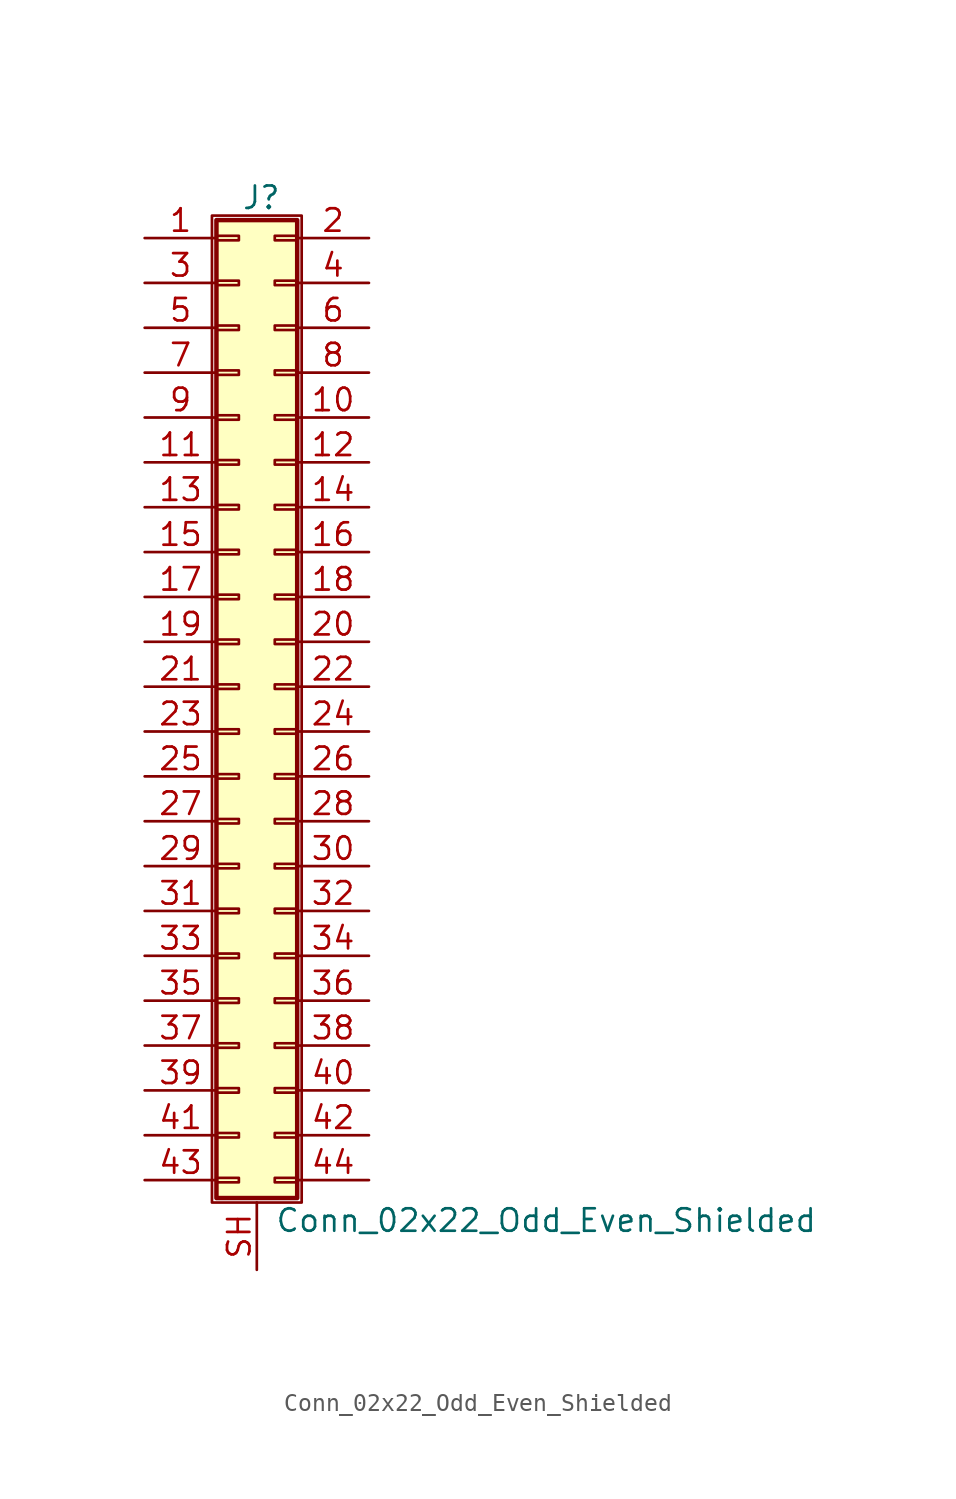
<source format=kicad_sym>
(kicad_symbol_lib
  (version 20201005)
  (generator kicad_symbol_editor)
  (symbol "Conn_02x22_Odd_Even_Shielded"
    (pin_names
      (offset 1.016) hide)
    (property "Reference" "J"
      (at 1.524 27.686 0)
      (effects (font (size 1.27 1.27))))
    (property "Value" "Conn_02x22_Odd_Even_Shielded"
      (at 2.286 -30.226 0)
      (effects (font (size 1.27 1.27)) (justify left)))
    (symbol "Conn_02x22_Odd_Even_Shielded_1_1"
      (rectangle (start -1.27 26.67) (end 3.81 -29.21) (stroke (width 0.152)) (fill (type none)))
      (rectangle (start -1.016 -27.813) (end 0.254 -28.067) (stroke (width 0.152)) (fill (type none)))
      (rectangle (start -1.016 -25.273) (end 0.254 -25.527) (stroke (width 0.152)) (fill (type none)))
      (rectangle (start -1.016 -22.733) (end 0.254 -22.987) (stroke (width 0.152)) (fill (type none)))
      (rectangle (start -1.016 -20.193) (end 0.254 -20.447) (stroke (width 0.152)) (fill (type none)))
      (rectangle (start -1.016 -17.653) (end 0.254 -17.907) (stroke (width 0.152)) (fill (type none)))
      (rectangle (start -1.016 -15.113) (end 0.254 -15.367) (stroke (width 0.152)) (fill (type none)))
      (rectangle (start -1.016 -12.573) (end 0.254 -12.827) (stroke (width 0.152)) (fill (type none)))
      (rectangle (start -1.016 -10.033) (end 0.254 -10.287) (stroke (width 0.152)) (fill (type none)))
      (rectangle (start -1.016 -7.493) (end 0.254 -7.747) (stroke (width 0.152)) (fill (type none)))
      (rectangle (start -1.016 -4.953) (end 0.254 -5.207) (stroke (width 0.152)) (fill (type none)))
      (rectangle (start -1.016 -2.413) (end 0.254 -2.667) (stroke (width 0.152)) (fill (type none)))
      (rectangle (start -1.016 0.127) (end 0.254 -0.127) (stroke (width 0.152)) (fill (type none)))
      (rectangle (start -1.016 2.667) (end 0.254 2.413) (stroke (width 0.152)) (fill (type none)))
      (rectangle (start -1.016 5.207) (end 0.254 4.953) (stroke (width 0.152)) (fill (type none)))
      (rectangle (start -1.016 7.747) (end 0.254 7.493) (stroke (width 0.152)) (fill (type none)))
      (rectangle (start -1.016 10.287) (end 0.254 10.033) (stroke (width 0.152)) (fill (type none)))
      (rectangle (start -1.016 12.827) (end 0.254 12.573) (stroke (width 0.152)) (fill (type none)))
      (rectangle (start -1.016 15.367) (end 0.254 15.113) (stroke (width 0.152)) (fill (type none)))
      (rectangle (start -1.016 17.907) (end 0.254 17.653) (stroke (width 0.152)) (fill (type none)))
      (rectangle (start -1.016 20.447) (end 0.254 20.193) (stroke (width 0.152)) (fill (type none)))
      (rectangle (start -1.016 22.987) (end 0.254 22.733) (stroke (width 0.152)) (fill (type none)))
      (rectangle (start -1.016 25.527) (end 0.254 25.273) (stroke (width 0.152)) (fill (type none)))
      (rectangle (start -1.016 26.416) (end 3.556 -28.956) (stroke (width 0.254)) (fill (type background)))
      (rectangle (start 3.556 -27.813) (end 2.286 -28.067) (stroke (width 0.152)) (fill (type none)))
      (rectangle (start 3.556 -25.273) (end 2.286 -25.527) (stroke (width 0.152)) (fill (type none)))
      (rectangle (start 3.556 -22.733) (end 2.286 -22.987) (stroke (width 0.152)) (fill (type none)))
      (rectangle (start 3.556 -20.193) (end 2.286 -20.447) (stroke (width 0.152)) (fill (type none)))
      (rectangle (start 3.556 -17.653) (end 2.286 -17.907) (stroke (width 0.152)) (fill (type none)))
      (rectangle (start 3.556 -15.113) (end 2.286 -15.367) (stroke (width 0.152)) (fill (type none)))
      (rectangle (start 3.556 -12.573) (end 2.286 -12.827) (stroke (width 0.152)) (fill (type none)))
      (rectangle (start 3.556 -10.033) (end 2.286 -10.287) (stroke (width 0.152)) (fill (type none)))
      (rectangle (start 3.556 -7.493) (end 2.286 -7.747) (stroke (width 0.152)) (fill (type none)))
      (rectangle (start 3.556 -4.953) (end 2.286 -5.207) (stroke (width 0.152)) (fill (type none)))
      (rectangle (start 3.556 -2.413) (end 2.286 -2.667) (stroke (width 0.152)) (fill (type none)))
      (rectangle (start 3.556 0.127) (end 2.286 -0.127) (stroke (width 0.152)) (fill (type none)))
      (rectangle (start 3.556 2.667) (end 2.286 2.413) (stroke (width 0.152)) (fill (type none)))
      (rectangle (start 3.556 5.207) (end 2.286 4.953) (stroke (width 0.152)) (fill (type none)))
      (rectangle (start 3.556 7.747) (end 2.286 7.493) (stroke (width 0.152)) (fill (type none)))
      (rectangle (start 3.556 10.287) (end 2.286 10.033) (stroke (width 0.152)) (fill (type none)))
      (rectangle (start 3.556 12.827) (end 2.286 12.573) (stroke (width 0.152)) (fill (type none)))
      (rectangle (start 3.556 15.367) (end 2.286 15.113) (stroke (width 0.152)) (fill (type none)))
      (rectangle (start 3.556 17.907) (end 2.286 17.653) (stroke (width 0.152)) (fill (type none)))
      (rectangle (start 3.556 20.447) (end 2.286 20.193) (stroke (width 0.152)) (fill (type none)))
      (rectangle (start 3.556 22.987) (end 2.286 22.733) (stroke (width 0.152)) (fill (type none)))
      (rectangle (start 3.556 25.527) (end 2.286 25.273) (stroke (width 0.152)) (fill (type none)))
      (pin passive line (at -5.08 25.4 0) (length 4.064) (name "Pin_1" (effects (font (size 1.27 1.27)))) (number "1" (effects (font (size 1.27 1.27)))))
      (pin passive line (at 7.62 15.24 180) (length 4.064) (name "Pin_10" (effects (font (size 1.27 1.27)))) (number "10" (effects (font (size 1.27 1.27)))))
      (pin passive line (at -5.08 12.7 0) (length 4.064) (name "Pin_11" (effects (font (size 1.27 1.27)))) (number "11" (effects (font (size 1.27 1.27)))))
      (pin passive line (at 7.62 12.7 180) (length 4.064) (name "Pin_12" (effects (font (size 1.27 1.27)))) (number "12" (effects (font (size 1.27 1.27)))))
      (pin passive line (at -5.08 10.16 0) (length 4.064) (name "Pin_13" (effects (font (size 1.27 1.27)))) (number "13" (effects (font (size 1.27 1.27)))))
      (pin passive line (at 7.62 10.16 180) (length 4.064) (name "Pin_14" (effects (font (size 1.27 1.27)))) (number "14" (effects (font (size 1.27 1.27)))))
      (pin passive line (at -5.08 7.62 0) (length 4.064) (name "Pin_15" (effects (font (size 1.27 1.27)))) (number "15" (effects (font (size 1.27 1.27)))))
      (pin passive line (at 7.62 7.62 180) (length 4.064) (name "Pin_16" (effects (font (size 1.27 1.27)))) (number "16" (effects (font (size 1.27 1.27)))))
      (pin passive line (at -5.08 5.08 0) (length 4.064) (name "Pin_17" (effects (font (size 1.27 1.27)))) (number "17" (effects (font (size 1.27 1.27)))))
      (pin passive line (at 7.62 5.08 180) (length 4.064) (name "Pin_18" (effects (font (size 1.27 1.27)))) (number "18" (effects (font (size 1.27 1.27)))))
      (pin passive line (at -5.08 2.54 0) (length 4.064) (name "Pin_19" (effects (font (size 1.27 1.27)))) (number "19" (effects (font (size 1.27 1.27)))))
      (pin passive line (at 7.62 25.4 180) (length 4.064) (name "Pin_2" (effects (font (size 1.27 1.27)))) (number "2" (effects (font (size 1.27 1.27)))))
      (pin passive line (at 7.62 2.54 180) (length 4.064) (name "Pin_20" (effects (font (size 1.27 1.27)))) (number "20" (effects (font (size 1.27 1.27)))))
      (pin passive line (at -5.08 0 0) (length 4.064) (name "Pin_21" (effects (font (size 1.27 1.27)))) (number "21" (effects (font (size 1.27 1.27)))))
      (pin passive line (at 7.62 0 180) (length 4.064) (name "Pin_22" (effects (font (size 1.27 1.27)))) (number "22" (effects (font (size 1.27 1.27)))))
      (pin passive line (at -5.08 -2.54 0) (length 4.064) (name "Pin_23" (effects (font (size 1.27 1.27)))) (number "23" (effects (font (size 1.27 1.27)))))
      (pin passive line (at 7.62 -2.54 180) (length 4.064) (name "Pin_24" (effects (font (size 1.27 1.27)))) (number "24" (effects (font (size 1.27 1.27)))))
      (pin passive line (at -5.08 -5.08 0) (length 4.064) (name "Pin_25" (effects (font (size 1.27 1.27)))) (number "25" (effects (font (size 1.27 1.27)))))
      (pin passive line (at 7.62 -5.08 180) (length 4.064) (name "Pin_26" (effects (font (size 1.27 1.27)))) (number "26" (effects (font (size 1.27 1.27)))))
      (pin passive line (at -5.08 -7.62 0) (length 4.064) (name "Pin_27" (effects (font (size 1.27 1.27)))) (number "27" (effects (font (size 1.27 1.27)))))
      (pin passive line (at 7.62 -7.62 180) (length 4.064) (name "Pin_28" (effects (font (size 1.27 1.27)))) (number "28" (effects (font (size 1.27 1.27)))))
      (pin passive line (at -5.08 -10.16 0) (length 4.064) (name "Pin_29" (effects (font (size 1.27 1.27)))) (number "29" (effects (font (size 1.27 1.27)))))
      (pin passive line (at -5.08 22.86 0) (length 4.064) (name "Pin_3" (effects (font (size 1.27 1.27)))) (number "3" (effects (font (size 1.27 1.27)))))
      (pin passive line (at 7.62 -10.16 180) (length 4.064) (name "Pin_30" (effects (font (size 1.27 1.27)))) (number "30" (effects (font (size 1.27 1.27)))))
      (pin passive line (at -5.08 -12.7 0) (length 4.064) (name "Pin_31" (effects (font (size 1.27 1.27)))) (number "31" (effects (font (size 1.27 1.27)))))
      (pin passive line (at 7.62 -12.7 180) (length 4.064) (name "Pin_32" (effects (font (size 1.27 1.27)))) (number "32" (effects (font (size 1.27 1.27)))))
      (pin passive line (at -5.08 -15.24 0) (length 4.064) (name "Pin_33" (effects (font (size 1.27 1.27)))) (number "33" (effects (font (size 1.27 1.27)))))
      (pin passive line (at 7.62 -15.24 180) (length 4.064) (name "Pin_34" (effects (font (size 1.27 1.27)))) (number "34" (effects (font (size 1.27 1.27)))))
      (pin passive line (at -5.08 -17.78 0) (length 4.064) (name "Pin_35" (effects (font (size 1.27 1.27)))) (number "35" (effects (font (size 1.27 1.27)))))
      (pin passive line (at 7.62 -17.78 180) (length 4.064) (name "Pin_36" (effects (font (size 1.27 1.27)))) (number "36" (effects (font (size 1.27 1.27)))))
      (pin passive line (at -5.08 -20.32 0) (length 4.064) (name "Pin_37" (effects (font (size 1.27 1.27)))) (number "37" (effects (font (size 1.27 1.27)))))
      (pin passive line (at 7.62 -20.32 180) (length 4.064) (name "Pin_38" (effects (font (size 1.27 1.27)))) (number "38" (effects (font (size 1.27 1.27)))))
      (pin passive line (at -5.08 -22.86 0) (length 4.064) (name "Pin_39" (effects (font (size 1.27 1.27)))) (number "39" (effects (font (size 1.27 1.27)))))
      (pin passive line (at 7.62 22.86 180) (length 4.064) (name "Pin_4" (effects (font (size 1.27 1.27)))) (number "4" (effects (font (size 1.27 1.27)))))
      (pin passive line (at 7.62 -22.86 180) (length 4.064) (name "Pin_40" (effects (font (size 1.27 1.27)))) (number "40" (effects (font (size 1.27 1.27)))))
      (pin passive line (at -5.08 -25.4 0) (length 4.064) (name "Pin_41" (effects (font (size 1.27 1.27)))) (number "41" (effects (font (size 1.27 1.27)))))
      (pin passive line (at 7.62 -25.4 180) (length 4.064) (name "Pin_42" (effects (font (size 1.27 1.27)))) (number "42" (effects (font (size 1.27 1.27)))))
      (pin passive line (at -5.08 -27.94 0) (length 4.064) (name "Pin_43" (effects (font (size 1.27 1.27)))) (number "43" (effects (font (size 1.27 1.27)))))
      (pin passive line (at 7.62 -27.94 180) (length 4.064) (name "Pin_44" (effects (font (size 1.27 1.27)))) (number "44" (effects (font (size 1.27 1.27)))))
      (pin passive line (at -5.08 20.32 0) (length 4.064) (name "Pin_5" (effects (font (size 1.27 1.27)))) (number "5" (effects (font (size 1.27 1.27)))))
      (pin passive line (at 7.62 20.32 180) (length 4.064) (name "Pin_6" (effects (font (size 1.27 1.27)))) (number "6" (effects (font (size 1.27 1.27)))))
      (pin passive line (at -5.08 17.78 0) (length 4.064) (name "Pin_7" (effects (font (size 1.27 1.27)))) (number "7" (effects (font (size 1.27 1.27)))))
      (pin passive line (at 7.62 17.78 180) (length 4.064) (name "Pin_8" (effects (font (size 1.27 1.27)))) (number "8" (effects (font (size 1.27 1.27)))))
      (pin passive line (at -5.08 15.24 0) (length 4.064) (name "Pin_9" (effects (font (size 1.27 1.27)))) (number "9" (effects (font (size 1.27 1.27)))))
      (pin passive line (at 1.27 -33.02 90) (length 3.81) (name "Shield" (effects (font (size 1.27 1.27)))) (number "SH" (effects (font (size 1.27 1.27))))))))
</source>
